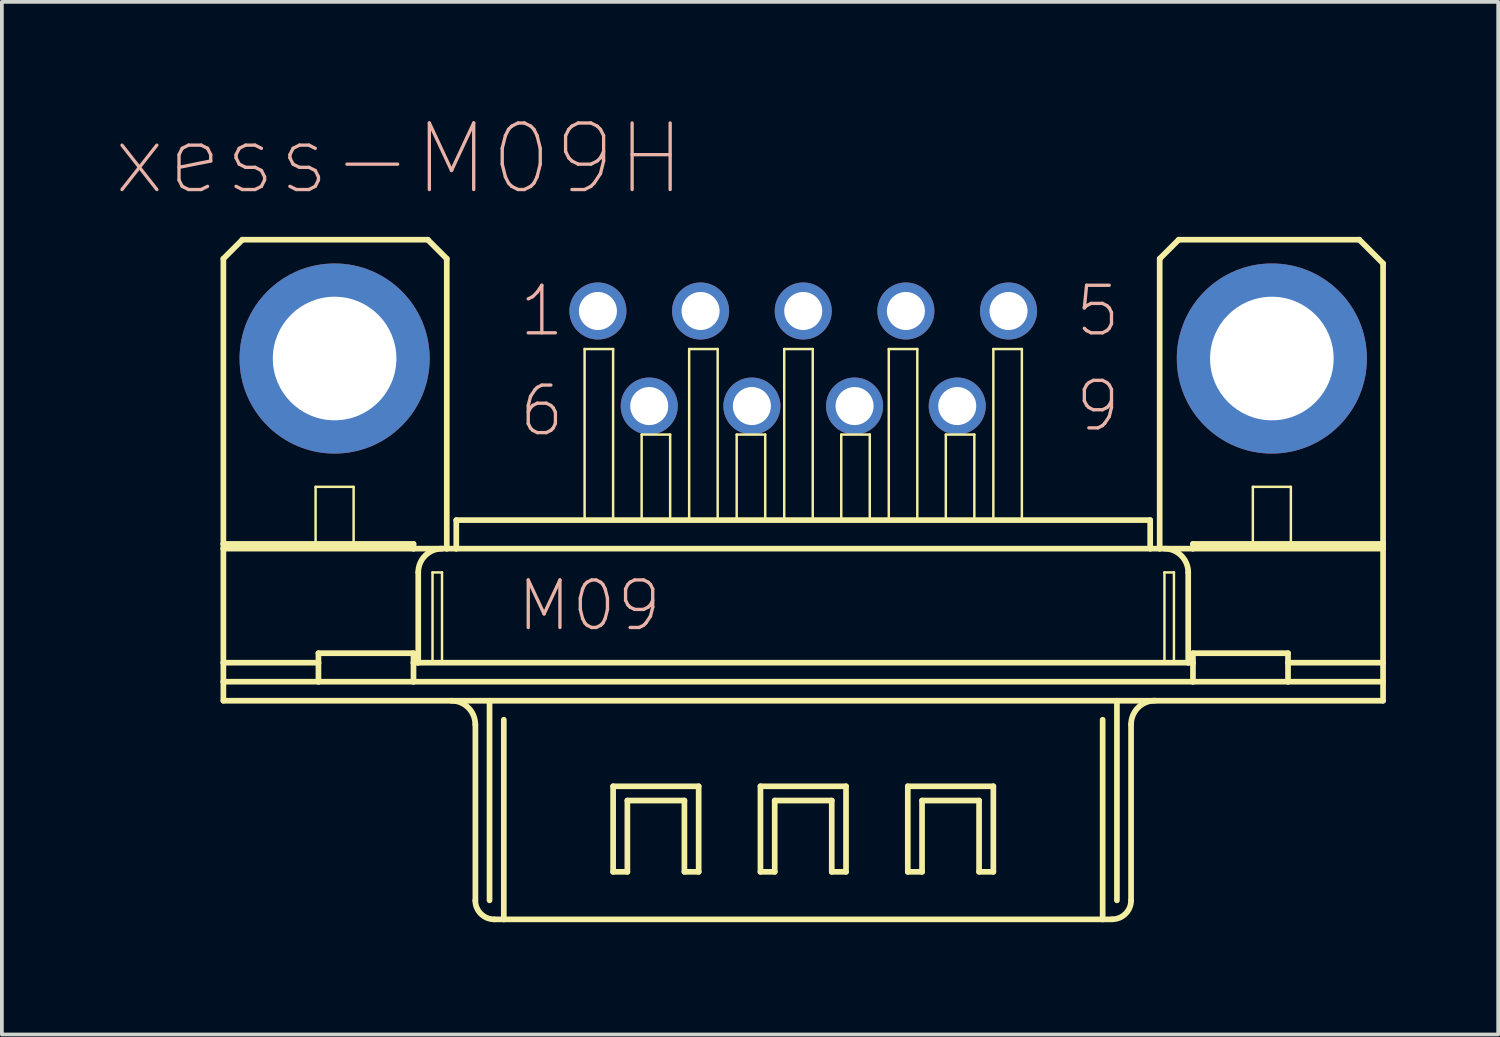
<source format=kicad_pcb>
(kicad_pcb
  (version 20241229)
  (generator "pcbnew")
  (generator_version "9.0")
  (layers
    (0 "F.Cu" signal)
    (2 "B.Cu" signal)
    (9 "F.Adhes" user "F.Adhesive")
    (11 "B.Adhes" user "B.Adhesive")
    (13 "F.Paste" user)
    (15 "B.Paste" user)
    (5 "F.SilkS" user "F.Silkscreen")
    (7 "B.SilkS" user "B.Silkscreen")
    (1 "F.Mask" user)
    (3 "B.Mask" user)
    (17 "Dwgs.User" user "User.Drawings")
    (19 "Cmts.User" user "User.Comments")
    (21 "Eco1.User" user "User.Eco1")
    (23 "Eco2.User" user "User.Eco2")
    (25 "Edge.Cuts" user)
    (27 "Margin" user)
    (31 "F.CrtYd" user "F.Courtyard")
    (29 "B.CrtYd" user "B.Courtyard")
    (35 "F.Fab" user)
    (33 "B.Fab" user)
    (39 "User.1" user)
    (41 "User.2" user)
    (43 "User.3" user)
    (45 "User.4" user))
  (footprint "xess-M09H"
    (layer "F.Cu")
    (at 18.413 14.15)
    (property "Reference" "xess-M09H" (at -10.795 -12.954 0) (layer "B.SilkS") (effects (font (size 1.778 1.778) (thickness 0.089))))
    (attr exclude_from_pos_files exclude_from_bom)
    (fp_line (start -15.494 -10.287) (end -15.494 -2.667) (stroke (width 0.152) (type solid)) (layer "F.SilkS"))
    (fp_line (start -15.494 -2.54) (end -15.494 -2.667) (stroke (width 0.152) (type solid)) (layer "F.SilkS"))
    (fp_line (start -15.494 0.508) (end -15.494 -2.54) (stroke (width 0.152) (type solid)) (layer "F.SilkS"))
    (fp_line (start -15.494 1.016) (end -15.494 0.508) (stroke (width 0.152) (type solid)) (layer "F.SilkS"))
    (fp_line (start -15.494 1.016) (end 15.494 1.016) (stroke (width 0.066) (type solid)) (layer "F.SilkS"))
    (fp_line (start -15.494 1.524) (end -15.494 1.016) (stroke (width 0.066) (type solid)) (layer "F.SilkS"))
    (fp_line (start -15.494 1.524) (end -15.494 1.016) (stroke (width 0.152) (type solid)) (layer "F.SilkS"))
    (fp_line (start -15.494 1.524) (end 15.494 1.524) (stroke (width 0.066) (type solid)) (layer "F.SilkS"))
    (fp_line (start -14.986 -10.795) (end -15.494 -10.287) (stroke (width 0.152) (type solid)) (layer "F.SilkS"))
    (fp_line (start -13.03 -4.191) (end -12.014 -4.191) (stroke (width 0.066) (type solid)) (layer "F.SilkS"))
    (fp_line (start -13.03 -2.54) (end -13.03 -4.191) (stroke (width 0.066) (type solid)) (layer "F.SilkS"))
    (fp_line (start -13.03 -2.54) (end -12.014 -2.54) (stroke (width 0.066) (type solid)) (layer "F.SilkS"))
    (fp_line (start -12.954 0.508) (end -15.494 0.508) (stroke (width 0.152) (type solid)) (layer "F.SilkS"))
    (fp_line (start -12.954 0.508) (end -12.954 0.254) (stroke (width 0.152) (type solid)) (layer "F.SilkS"))
    (fp_line (start -12.954 0.508) (end -12.954 1.016) (stroke (width 0.152) (type solid)) (layer "F.SilkS"))
    (fp_line (start -12.954 1.016) (end -15.494 1.016) (stroke (width 0.152) (type solid)) (layer "F.SilkS"))
    (fp_line (start -12.014 -2.54) (end -12.014 -4.191) (stroke (width 0.066) (type solid)) (layer "F.SilkS"))
    (fp_line (start -10.414 -2.667) (end -15.494 -2.667) (stroke (width 0.152) (type solid)) (layer "F.SilkS"))
    (fp_line (start -10.414 -2.667) (end -10.414 -2.54) (stroke (width 0.152) (type solid)) (layer "F.SilkS"))
    (fp_line (start -10.414 -2.54) (end -15.494 -2.54) (stroke (width 0.152) (type solid)) (layer "F.SilkS"))
    (fp_line (start -10.414 0.254) (end -12.954 0.254) (stroke (width 0.152) (type solid)) (layer "F.SilkS"))
    (fp_line (start -10.414 0.254) (end -10.414 0.508) (stroke (width 0.152) (type solid)) (layer "F.SilkS"))
    (fp_line (start -10.414 0.508) (end -10.414 1.016) (stroke (width 0.152) (type solid)) (layer "F.SilkS"))
    (fp_line (start -10.414 1.016) (end -12.954 1.016) (stroke (width 0.152) (type solid)) (layer "F.SilkS"))
    (fp_line (start -10.287 -1.905) (end -10.287 0.508) (stroke (width 0.152) (type solid)) (layer "F.SilkS"))
    (fp_line (start -10.287 0.508) (end -10.414 0.508) (stroke (width 0.152) (type solid)) (layer "F.SilkS"))
    (fp_line (start -10.033 -10.795) (end -14.986 -10.795) (stroke (width 0.152) (type solid)) (layer "F.SilkS"))
    (fp_line (start -9.906 -1.905) (end -9.652 -1.905) (stroke (width 0.066) (type solid)) (layer "F.SilkS"))
    (fp_line (start -9.906 0.508) (end -9.906 -1.905) (stroke (width 0.066) (type solid)) (layer "F.SilkS"))
    (fp_line (start -9.906 0.508) (end -9.652 0.508) (stroke (width 0.066) (type solid)) (layer "F.SilkS"))
    (fp_line (start -9.652 0.508) (end -9.652 -1.905) (stroke (width 0.066) (type solid)) (layer "F.SilkS"))
    (fp_line (start -9.525 -10.287) (end -10.033 -10.795) (stroke (width 0.152) (type solid)) (layer "F.SilkS"))
    (fp_line (start -9.525 -10.287) (end -9.525 -2.54) (stroke (width 0.152) (type solid)) (layer "F.SilkS"))
    (fp_line (start -9.525 -2.54) (end -10.414 -2.54) (stroke (width 0.152) (type solid)) (layer "F.SilkS"))
    (fp_line (start -9.271 -3.302) (end 9.271 -3.302) (stroke (width 0.066) (type solid)) (layer "F.SilkS"))
    (fp_line (start -9.271 -2.54) (end -9.525 -2.54) (stroke (width 0.152) (type solid)) (layer "F.SilkS"))
    (fp_line (start -9.271 -2.54) (end -9.271 -3.302) (stroke (width 0.066) (type solid)) (layer "F.SilkS"))
    (fp_line (start -9.271 -2.54) (end -9.271 -3.302) (stroke (width 0.152) (type solid)) (layer "F.SilkS"))
    (fp_line (start -9.271 -2.54) (end 9.271 -2.54) (stroke (width 0.066) (type solid)) (layer "F.SilkS"))
    (fp_line (start -8.76 2.159) (end -8.76 6.858) (stroke (width 0.152) (type solid)) (layer "F.SilkS"))
    (fp_line (start -8.382 1.524) (end -15.494 1.524) (stroke (width 0.152) (type solid)) (layer "F.SilkS"))
    (fp_line (start -8.382 1.524) (end -8.382 6.858) (stroke (width 0.152) (type solid)) (layer "F.SilkS"))
    (fp_line (start -8.001 2.032) (end -8.001 7.366) (stroke (width 0.152) (type solid)) (layer "F.SilkS"))
    (fp_line (start -8.001 7.366) (end -8.255 7.366) (stroke (width 0.152) (type solid)) (layer "F.SilkS"))
    (fp_line (start -5.842 -7.874) (end -5.08 -7.874) (stroke (width 0.066) (type solid)) (layer "F.SilkS"))
    (fp_line (start -5.842 -3.302) (end -5.842 -7.874) (stroke (width 0.066) (type solid)) (layer "F.SilkS"))
    (fp_line (start -5.842 -3.302) (end -5.08 -3.302) (stroke (width 0.066) (type solid)) (layer "F.SilkS"))
    (fp_line (start -5.08 -3.302) (end -5.08 -7.874) (stroke (width 0.066) (type solid)) (layer "F.SilkS"))
    (fp_line (start -5.08 3.81) (end -2.794 3.81) (stroke (width 0.152) (type solid)) (layer "F.SilkS"))
    (fp_line (start -5.08 6.096) (end -5.08 3.81) (stroke (width 0.152) (type solid)) (layer "F.SilkS"))
    (fp_line (start -4.699 4.191) (end -4.699 6.096) (stroke (width 0.152) (type solid)) (layer "F.SilkS"))
    (fp_line (start -4.699 6.096) (end -5.08 6.096) (stroke (width 0.152) (type solid)) (layer "F.SilkS"))
    (fp_line (start -4.318 -5.588) (end -3.556 -5.588) (stroke (width 0.066) (type solid)) (layer "F.SilkS"))
    (fp_line (start -4.318 -3.302) (end -4.318 -5.588) (stroke (width 0.066) (type solid)) (layer "F.SilkS"))
    (fp_line (start -4.318 -3.302) (end -3.556 -3.302) (stroke (width 0.066) (type solid)) (layer "F.SilkS"))
    (fp_line (start -3.556 -3.302) (end -3.556 -5.588) (stroke (width 0.066) (type solid)) (layer "F.SilkS"))
    (fp_line (start -3.175 4.191) (end -4.699 4.191) (stroke (width 0.152) (type solid)) (layer "F.SilkS"))
    (fp_line (start -3.175 6.096) (end -3.175 4.191) (stroke (width 0.152) (type solid)) (layer "F.SilkS"))
    (fp_line (start -3.048 -7.874) (end -2.286 -7.874) (stroke (width 0.066) (type solid)) (layer "F.SilkS"))
    (fp_line (start -3.048 -3.302) (end -3.048 -7.874) (stroke (width 0.066) (type solid)) (layer "F.SilkS"))
    (fp_line (start -3.048 -3.302) (end -2.286 -3.302) (stroke (width 0.066) (type solid)) (layer "F.SilkS"))
    (fp_line (start -2.794 3.81) (end -2.794 6.096) (stroke (width 0.152) (type solid)) (layer "F.SilkS"))
    (fp_line (start -2.794 6.096) (end -3.175 6.096) (stroke (width 0.152) (type solid)) (layer "F.SilkS"))
    (fp_line (start -2.286 -3.302) (end -2.286 -7.874) (stroke (width 0.066) (type solid)) (layer "F.SilkS"))
    (fp_line (start -1.778 -5.588) (end -1.016 -5.588) (stroke (width 0.066) (type solid)) (layer "F.SilkS"))
    (fp_line (start -1.778 -3.302) (end -1.778 -5.588) (stroke (width 0.066) (type solid)) (layer "F.SilkS"))
    (fp_line (start -1.778 -3.302) (end -1.016 -3.302) (stroke (width 0.066) (type solid)) (layer "F.SilkS"))
    (fp_line (start -1.143 3.81) (end 1.143 3.81) (stroke (width 0.152) (type solid)) (layer "F.SilkS"))
    (fp_line (start -1.143 6.096) (end -1.143 3.81) (stroke (width 0.152) (type solid)) (layer "F.SilkS"))
    (fp_line (start -1.016 -3.302) (end -1.016 -5.588) (stroke (width 0.066) (type solid)) (layer "F.SilkS"))
    (fp_line (start -0.762 4.191) (end -0.762 6.096) (stroke (width 0.152) (type solid)) (layer "F.SilkS"))
    (fp_line (start -0.762 6.096) (end -1.143 6.096) (stroke (width 0.152) (type solid)) (layer "F.SilkS"))
    (fp_line (start -0.508 -7.874) (end 0.254 -7.874) (stroke (width 0.066) (type solid)) (layer "F.SilkS"))
    (fp_line (start -0.508 -3.302) (end -0.508 -7.874) (stroke (width 0.066) (type solid)) (layer "F.SilkS"))
    (fp_line (start -0.508 -3.302) (end 0.254 -3.302) (stroke (width 0.066) (type solid)) (layer "F.SilkS"))
    (fp_line (start 0.254 -3.302) (end 0.254 -7.874) (stroke (width 0.066) (type solid)) (layer "F.SilkS"))
    (fp_line (start 0.762 4.191) (end -0.762 4.191) (stroke (width 0.152) (type solid)) (layer "F.SilkS"))
    (fp_line (start 0.762 6.096) (end 0.762 4.191) (stroke (width 0.152) (type solid)) (layer "F.SilkS"))
    (fp_line (start 1.016 -5.588) (end 1.778 -5.588) (stroke (width 0.066) (type solid)) (layer "F.SilkS"))
    (fp_line (start 1.016 -3.302) (end 1.016 -5.588) (stroke (width 0.066) (type solid)) (layer "F.SilkS"))
    (fp_line (start 1.016 -3.302) (end 1.778 -3.302) (stroke (width 0.066) (type solid)) (layer "F.SilkS"))
    (fp_line (start 1.143 3.81) (end 1.143 6.096) (stroke (width 0.152) (type solid)) (layer "F.SilkS"))
    (fp_line (start 1.143 6.096) (end 0.762 6.096) (stroke (width 0.152) (type solid)) (layer "F.SilkS"))
    (fp_line (start 1.778 -3.302) (end 1.778 -5.588) (stroke (width 0.066) (type solid)) (layer "F.SilkS"))
    (fp_line (start 2.286 -7.874) (end 3.048 -7.874) (stroke (width 0.066) (type solid)) (layer "F.SilkS"))
    (fp_line (start 2.286 -3.302) (end 2.286 -7.874) (stroke (width 0.066) (type solid)) (layer "F.SilkS"))
    (fp_line (start 2.286 -3.302) (end 3.048 -3.302) (stroke (width 0.066) (type solid)) (layer "F.SilkS"))
    (fp_line (start 2.794 3.81) (end 5.08 3.81) (stroke (width 0.152) (type solid)) (layer "F.SilkS"))
    (fp_line (start 2.794 6.096) (end 2.794 3.81) (stroke (width 0.152) (type solid)) (layer "F.SilkS"))
    (fp_line (start 3.048 -3.302) (end 3.048 -7.874) (stroke (width 0.066) (type solid)) (layer "F.SilkS"))
    (fp_line (start 3.175 4.191) (end 3.175 6.096) (stroke (width 0.152) (type solid)) (layer "F.SilkS"))
    (fp_line (start 3.175 6.096) (end 2.794 6.096) (stroke (width 0.152) (type solid)) (layer "F.SilkS"))
    (fp_line (start 3.81 -5.588) (end 4.572 -5.588) (stroke (width 0.066) (type solid)) (layer "F.SilkS"))
    (fp_line (start 3.81 -3.302) (end 3.81 -5.588) (stroke (width 0.066) (type solid)) (layer "F.SilkS"))
    (fp_line (start 3.81 -3.302) (end 4.572 -3.302) (stroke (width 0.066) (type solid)) (layer "F.SilkS"))
    (fp_line (start 4.572 -3.302) (end 4.572 -5.588) (stroke (width 0.066) (type solid)) (layer "F.SilkS"))
    (fp_line (start 4.699 4.191) (end 3.175 4.191) (stroke (width 0.152) (type solid)) (layer "F.SilkS"))
    (fp_line (start 4.699 6.096) (end 4.699 4.191) (stroke (width 0.152) (type solid)) (layer "F.SilkS"))
    (fp_line (start 5.08 -7.874) (end 5.842 -7.874) (stroke (width 0.066) (type solid)) (layer "F.SilkS"))
    (fp_line (start 5.08 -3.302) (end 5.08 -7.874) (stroke (width 0.066) (type solid)) (layer "F.SilkS"))
    (fp_line (start 5.08 -3.302) (end 5.842 -3.302) (stroke (width 0.066) (type solid)) (layer "F.SilkS"))
    (fp_line (start 5.08 3.81) (end 5.08 6.096) (stroke (width 0.152) (type solid)) (layer "F.SilkS"))
    (fp_line (start 5.08 6.096) (end 4.699 6.096) (stroke (width 0.152) (type solid)) (layer "F.SilkS"))
    (fp_line (start 5.842 -3.302) (end 5.842 -7.874) (stroke (width 0.066) (type solid)) (layer "F.SilkS"))
    (fp_line (start 8.001 2.032) (end 8.001 7.366) (stroke (width 0.152) (type solid)) (layer "F.SilkS"))
    (fp_line (start 8.001 7.366) (end -8.001 7.366) (stroke (width 0.152) (type solid)) (layer "F.SilkS"))
    (fp_line (start 8.255 7.366) (end 8.001 7.366) (stroke (width 0.152) (type solid)) (layer "F.SilkS"))
    (fp_line (start 8.382 1.524) (end -8.382 1.524) (stroke (width 0.152) (type solid)) (layer "F.SilkS"))
    (fp_line (start 8.382 1.524) (end 8.382 6.858) (stroke (width 0.152) (type solid)) (layer "F.SilkS"))
    (fp_line (start 8.76 2.159) (end 8.76 6.858) (stroke (width 0.152) (type solid)) (layer "F.SilkS"))
    (fp_line (start 9.271 -3.302) (end -9.271 -3.302) (stroke (width 0.152) (type solid)) (layer "F.SilkS"))
    (fp_line (start 9.271 -2.54) (end -9.271 -2.54) (stroke (width 0.152) (type solid)) (layer "F.SilkS"))
    (fp_line (start 9.271 -2.54) (end 9.271 -3.302) (stroke (width 0.066) (type solid)) (layer "F.SilkS"))
    (fp_line (start 9.271 -2.54) (end 9.271 -3.302) (stroke (width 0.152) (type solid)) (layer "F.SilkS"))
    (fp_line (start 9.525 -10.287) (end 9.525 -2.54) (stroke (width 0.152) (type solid)) (layer "F.SilkS"))
    (fp_line (start 9.525 -2.54) (end 9.271 -2.54) (stroke (width 0.152) (type solid)) (layer "F.SilkS"))
    (fp_line (start 9.652 -1.905) (end 9.906 -1.905) (stroke (width 0.066) (type solid)) (layer "F.SilkS"))
    (fp_line (start 9.652 0.508) (end 9.652 -1.905) (stroke (width 0.066) (type solid)) (layer "F.SilkS"))
    (fp_line (start 9.652 0.508) (end 9.906 0.508) (stroke (width 0.066) (type solid)) (layer "F.SilkS"))
    (fp_line (start 9.906 0.508) (end 9.906 -1.905) (stroke (width 0.066) (type solid)) (layer "F.SilkS"))
    (fp_line (start 10.033 -10.795) (end 9.525 -10.287) (stroke (width 0.152) (type solid)) (layer "F.SilkS"))
    (fp_line (start 10.033 -10.795) (end 14.859 -10.795) (stroke (width 0.152) (type solid)) (layer "F.SilkS"))
    (fp_line (start 10.287 -1.905) (end 10.287 0.508) (stroke (width 0.152) (type solid)) (layer "F.SilkS"))
    (fp_line (start 10.287 0.508) (end -10.287 0.508) (stroke (width 0.152) (type solid)) (layer "F.SilkS"))
    (fp_line (start 10.414 -2.667) (end 10.414 -2.54) (stroke (width 0.152) (type solid)) (layer "F.SilkS"))
    (fp_line (start 10.414 -2.54) (end 9.525 -2.54) (stroke (width 0.152) (type solid)) (layer "F.SilkS"))
    (fp_line (start 10.414 0.254) (end 10.414 0.508) (stroke (width 0.152) (type solid)) (layer "F.SilkS"))
    (fp_line (start 10.414 0.508) (end 10.287 0.508) (stroke (width 0.152) (type solid)) (layer "F.SilkS"))
    (fp_line (start 10.414 0.508) (end 10.414 1.016) (stroke (width 0.152) (type solid)) (layer "F.SilkS"))
    (fp_line (start 10.414 1.016) (end -10.414 1.016) (stroke (width 0.152) (type solid)) (layer "F.SilkS"))
    (fp_line (start 12.014 -4.191) (end 13.03 -4.191) (stroke (width 0.066) (type solid)) (layer "F.SilkS"))
    (fp_line (start 12.014 -2.54) (end 12.014 -4.191) (stroke (width 0.066) (type solid)) (layer "F.SilkS"))
    (fp_line (start 12.014 -2.54) (end 13.03 -2.54) (stroke (width 0.066) (type solid)) (layer "F.SilkS"))
    (fp_line (start 12.954 0.254) (end 10.414 0.254) (stroke (width 0.152) (type solid)) (layer "F.SilkS"))
    (fp_line (start 12.954 0.508) (end 12.954 0.254) (stroke (width 0.152) (type solid)) (layer "F.SilkS"))
    (fp_line (start 12.954 0.508) (end 12.954 1.016) (stroke (width 0.152) (type solid)) (layer "F.SilkS"))
    (fp_line (start 12.954 1.016) (end 10.414 1.016) (stroke (width 0.152) (type solid)) (layer "F.SilkS"))
    (fp_line (start 13.03 -2.54) (end 13.03 -4.191) (stroke (width 0.066) (type solid)) (layer "F.SilkS"))
    (fp_line (start 14.859 -10.795) (end 15.494 -10.16) (stroke (width 0.152) (type solid)) (layer "F.SilkS"))
    (fp_line (start 15.494 -10.16) (end 15.494 -2.667) (stroke (width 0.152) (type solid)) (layer "F.SilkS"))
    (fp_line (start 15.494 -2.667) (end 10.414 -2.667) (stroke (width 0.152) (type solid)) (layer "F.SilkS"))
    (fp_line (start 15.494 -2.54) (end 10.414 -2.54) (stroke (width 0.152) (type solid)) (layer "F.SilkS"))
    (fp_line (start 15.494 -2.54) (end 15.494 -2.667) (stroke (width 0.152) (type solid)) (layer "F.SilkS"))
    (fp_line (start 15.494 -2.54) (end 15.494 0.508) (stroke (width 0.152) (type solid)) (layer "F.SilkS"))
    (fp_line (start 15.494 0.508) (end 12.954 0.508) (stroke (width 0.152) (type solid)) (layer "F.SilkS"))
    (fp_line (start 15.494 0.508) (end 15.494 1.016) (stroke (width 0.152) (type solid)) (layer "F.SilkS"))
    (fp_line (start 15.494 1.016) (end 12.954 1.016) (stroke (width 0.152) (type solid)) (layer "F.SilkS"))
    (fp_line (start 15.494 1.016) (end 15.494 1.524) (stroke (width 0.152) (type solid)) (layer "F.SilkS"))
    (fp_line (start 15.494 1.524) (end 8.382 1.524) (stroke (width 0.152) (type solid)) (layer "F.SilkS"))
    (fp_line (start 15.494 1.524) (end 15.494 1.016) (stroke (width 0.066) (type solid)) (layer "F.SilkS"))
    (fp_arc (start -10.287 -1.905) (mid -10.101013 -2.354013) (end -9.652 -2.54) (stroke (width 0.1524) (type solid)) (layer "F.SilkS"))
    (fp_arc (start -9.398 1.524) (mid -8.948987 1.709987) (end -8.763 2.159) (stroke (width 0.1524) (type solid)) (layer "F.SilkS"))
    (fp_arc (start -8.255 7.366) (mid -8.61421 7.21721) (end -8.763 6.858) (stroke (width 0.1524) (type solid)) (layer "F.SilkS"))
    (fp_arc (start 8.76046 2.159) (mid 8.947191 1.708191) (end 9.398 1.52146) (stroke (width 0.1524) (type solid)) (layer "F.SilkS"))
    (fp_arc (start 8.76046 6.858) (mid 8.612414 7.215414) (end 8.255 7.36346) (stroke (width 0.1524) (type solid)) (layer "F.SilkS"))
    (fp_arc (start 9.652 -2.54) (mid 10.101013 -2.354013) (end 10.287 -1.905) (stroke (width 0.1524) (type solid)) (layer "F.SilkS"))
    (fp_circle (center -12.522 -7.62) (end -13.348 -8.445) (stroke (width 0.076) (type solid)) (fill no) (layer "F.SilkS"))
    (fp_circle (center 12.522 -7.62) (end 13.348 -8.445) (stroke (width 0.076) (type solid)) (fill no) (layer "F.SilkS"))
    (fp_text user "1" (at -6.985 -8.89 0) (layer "B.SilkS") (effects (font (size 1.27 1.27) (thickness 0.089))))
    (fp_text user "6" (at -6.985 -6.223 0) (layer "B.SilkS") (effects (font (size 1.27 1.27) (thickness 0.089))))
    (fp_text user "5" (at 7.874 -8.89 0) (layer "B.SilkS") (effects (font (size 1.27 1.27) (thickness 0.089))))
    (fp_text user "9" (at 7.874 -6.35 0) (layer "B.SilkS") (effects (font (size 1.27 1.27) (thickness 0.089))))
    (fp_text user "M09" (at -5.715 -1.016 0) (layer "B.SilkS") (effects (font (size 1.27 1.27) (thickness 0.089))))
    (pad "1" thru_hole circle (at -5.486 -8.89) (size 1.524 1.524) (drill 1.016) (layers "*.Cu" "*.Mask"))
    (pad "2" thru_hole circle (at -2.743 -8.89) (size 1.524 1.524) (drill 1.016) (layers "*.Cu" "*.Mask"))
    (pad "3" thru_hole circle (at 0 -8.89) (size 1.524 1.524) (drill 1.016) (layers "*.Cu" "*.Mask"))
    (pad "4" thru_hole circle (at 2.743 -8.89) (size 1.524 1.524) (drill 1.016) (layers "*.Cu" "*.Mask"))
    (pad "5" thru_hole circle (at 5.486 -8.89) (size 1.524 1.524) (drill 1.016) (layers "*.Cu" "*.Mask"))
    (pad "6" thru_hole circle (at -4.115 -6.35) (size 1.524 1.524) (drill 1.016) (layers "*.Cu" "*.Mask"))
    (pad "7" thru_hole circle (at -1.372 -6.35) (size 1.524 1.524) (drill 1.016) (layers "*.Cu" "*.Mask"))
    (pad "8" thru_hole circle (at 1.372 -6.35) (size 1.524 1.524) (drill 1.016) (layers "*.Cu" "*.Mask"))
    (pad "9" thru_hole circle (at 4.115 -6.35) (size 1.524 1.524) (drill 1.016) (layers "*.Cu" "*.Mask"))
    (pad "G1" thru_hole circle (at -12.522 -7.62) (size 5.08 5.08) (drill 3.302) (layers "*.Cu" "*.Mask"))
    (pad "G2" thru_hole circle (at 12.522 -7.62) (size 5.08 5.08) (drill 3.302) (layers "*.Cu" "*.Mask")))
  (gr_rect
    (start -3 -3)
    (end 36.983 24.592)
    (stroke (width 0.1) (type default))
    (fill no)
    (layer "Edge.Cuts")))
</source>
